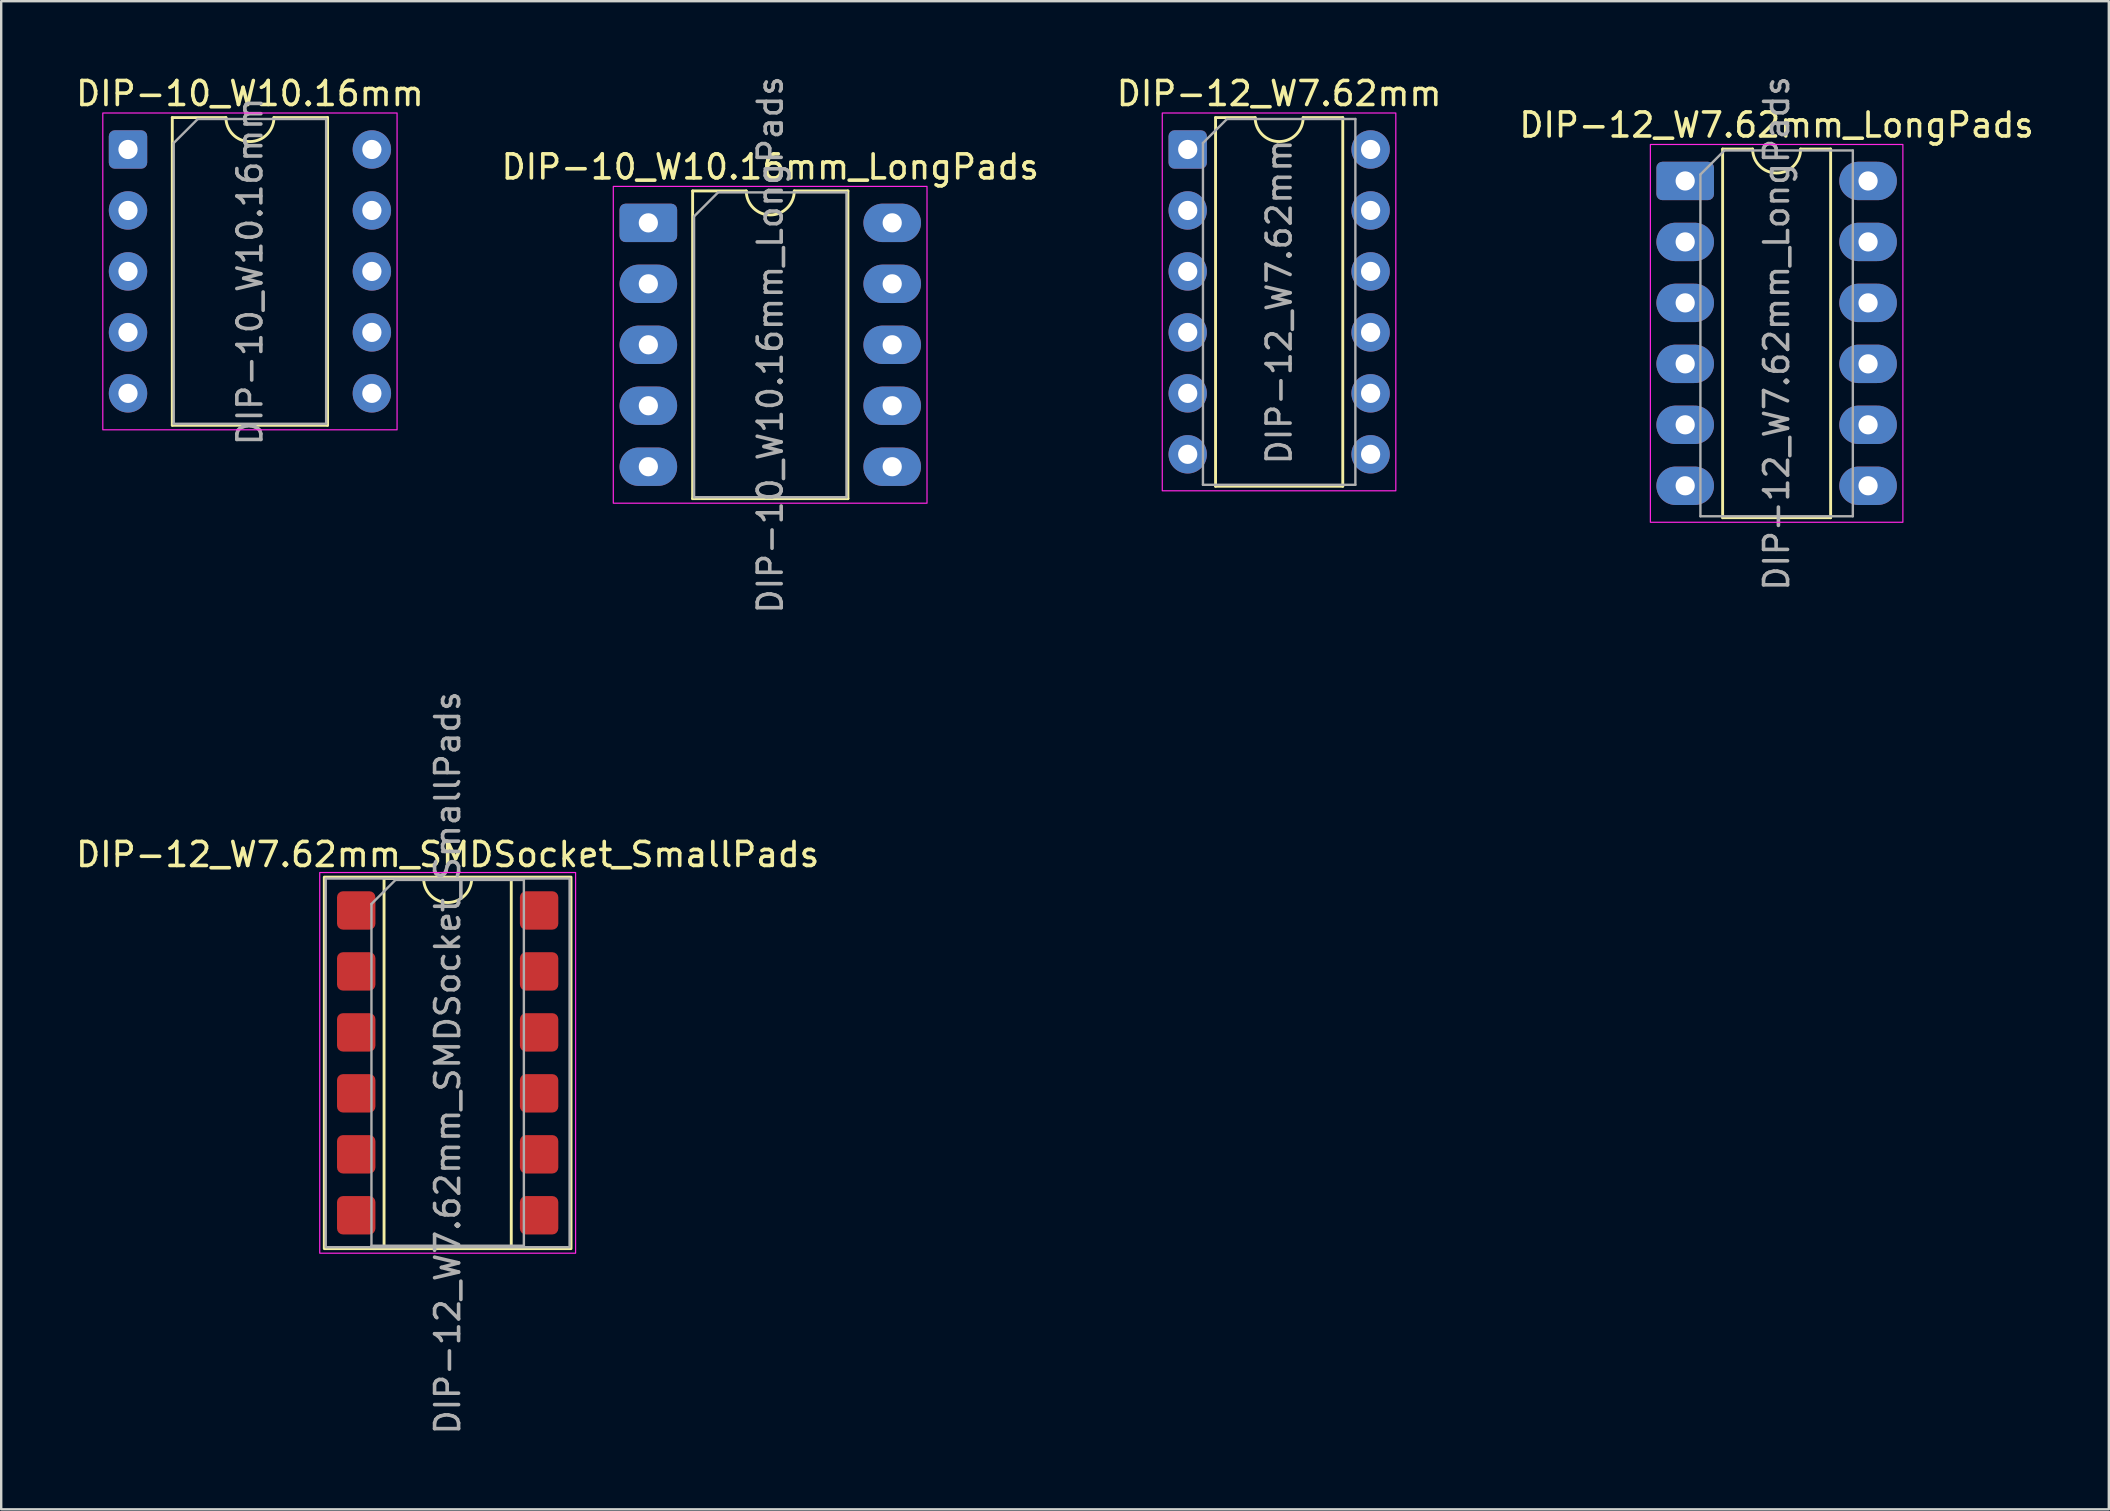
<source format=kicad_pcb>
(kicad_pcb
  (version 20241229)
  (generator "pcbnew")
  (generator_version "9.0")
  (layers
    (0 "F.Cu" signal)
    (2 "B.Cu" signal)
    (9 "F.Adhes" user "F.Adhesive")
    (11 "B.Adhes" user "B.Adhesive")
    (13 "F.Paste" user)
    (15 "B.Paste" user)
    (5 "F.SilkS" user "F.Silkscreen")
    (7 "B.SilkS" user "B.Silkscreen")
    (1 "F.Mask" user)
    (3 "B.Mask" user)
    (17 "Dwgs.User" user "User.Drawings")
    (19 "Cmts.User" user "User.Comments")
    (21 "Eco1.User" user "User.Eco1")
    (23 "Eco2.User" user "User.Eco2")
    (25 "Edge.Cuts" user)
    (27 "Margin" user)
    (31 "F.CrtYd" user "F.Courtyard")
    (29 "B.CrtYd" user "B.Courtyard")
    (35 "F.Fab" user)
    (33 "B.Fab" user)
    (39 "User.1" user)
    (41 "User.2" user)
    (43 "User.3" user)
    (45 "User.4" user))
  (footprint "DIP-12_W7.62mm_LongPads"
    (layer "F.Cu")
    (at 67.16 4.489)
    (property "Reference" "DIP-12_W7.62mm_LongPads" (at 3.81 -2.33 0) (layer "F.SilkS") (effects (font (size 1 1) (thickness 0.15))))
    (attr through_hole)
    (fp_line (start 1.56 -1.33) (end 1.56 14.03) (stroke (width 0.12) (type solid)) (layer "F.SilkS"))
    (fp_line (start 1.56 14.03) (end 6.06 14.03) (stroke (width 0.12) (type solid)) (layer "F.SilkS"))
    (fp_line (start 2.81 -1.33) (end 1.56 -1.33) (stroke (width 0.12) (type solid)) (layer "F.SilkS"))
    (fp_line (start 6.06 -1.33) (end 4.81 -1.33) (stroke (width 0.12) (type solid)) (layer "F.SilkS"))
    (fp_line (start 6.06 14.03) (end 6.06 -1.33) (stroke (width 0.12) (type solid)) (layer "F.SilkS"))
    (fp_arc (start 4.81 -1.33) (mid 3.81 -0.33) (end 2.81 -1.33) (stroke (width 0.12) (type solid)) (layer "F.SilkS"))
    (fp_rect (start -1.45 -1.52) (end 9.07 14.22) (stroke (width 0.05) (type solid)) (fill no) (layer "F.CrtYd"))
    (fp_line (start 0.635 -0.27) (end 1.635 -1.27) (stroke (width 0.1) (type solid)) (layer "F.Fab"))
    (fp_line (start 0.635 13.97) (end 0.635 -0.27) (stroke (width 0.1) (type solid)) (layer "F.Fab"))
    (fp_line (start 1.635 -1.27) (end 6.985 -1.27) (stroke (width 0.1) (type solid)) (layer "F.Fab"))
    (fp_line (start 6.985 -1.27) (end 6.985 13.97) (stroke (width 0.1) (type solid)) (layer "F.Fab"))
    (fp_line (start 6.985 13.97) (end 0.635 13.97) (stroke (width 0.1) (type solid)) (layer "F.Fab"))
    (fp_text user "${REFERENCE}" (at 3.81 6.35 90) (layer "F.Fab") (effects (font (size 1 1) (thickness 0.15))))
    (pad "1" thru_hole roundrect (at 0 0) (size 2.4 1.6) (drill 0.8) (layers "*.Cu" "*.Mask") (roundrect_rratio 0.156))
    (pad "2" thru_hole oval (at 0 2.54) (size 2.4 1.6) (drill 0.8) (layers "*.Cu" "*.Mask"))
    (pad "3" thru_hole oval (at 0 5.08) (size 2.4 1.6) (drill 0.8) (layers "*.Cu" "*.Mask"))
    (pad "4" thru_hole oval (at 0 7.62) (size 2.4 1.6) (drill 0.8) (layers "*.Cu" "*.Mask"))
    (pad "5" thru_hole oval (at 0 10.16) (size 2.4 1.6) (drill 0.8) (layers "*.Cu" "*.Mask"))
    (pad "6" thru_hole oval (at 0 12.7) (size 2.4 1.6) (drill 0.8) (layers "*.Cu" "*.Mask"))
    (pad "7" thru_hole oval (at 7.62 12.7) (size 2.4 1.6) (drill 0.8) (layers "*.Cu" "*.Mask"))
    (pad "8" thru_hole oval (at 7.62 10.16) (size 2.4 1.6) (drill 0.8) (layers "*.Cu" "*.Mask"))
    (pad "9" thru_hole oval (at 7.62 7.62) (size 2.4 1.6) (drill 0.8) (layers "*.Cu" "*.Mask"))
    (pad "10" thru_hole oval (at 7.62 5.08) (size 2.4 1.6) (drill 0.8) (layers "*.Cu" "*.Mask"))
    (pad "11" thru_hole oval (at 7.62 2.54) (size 2.4 1.6) (drill 0.8) (layers "*.Cu" "*.Mask"))
    (pad "12" thru_hole oval (at 7.62 0) (size 2.4 1.6) (drill 0.8) (layers "*.Cu" "*.Mask")))
  (footprint "DIP-10_W10.16mm_LongPads"
    (layer "F.Cu")
    (at 23.962 6.235)
    (property "Reference" "DIP-10_W10.16mm_LongPads" (at 5.08 -2.33 0) (layer "F.SilkS") (effects (font (size 1 1) (thickness 0.15))))
    (attr through_hole)
    (fp_line (start 1.845 -1.33) (end 1.845 11.49) (stroke (width 0.12) (type solid)) (layer "F.SilkS"))
    (fp_line (start 1.845 11.49) (end 8.315 11.49) (stroke (width 0.12) (type solid)) (layer "F.SilkS"))
    (fp_line (start 4.08 -1.33) (end 1.845 -1.33) (stroke (width 0.12) (type solid)) (layer "F.SilkS"))
    (fp_line (start 8.315 -1.33) (end 6.08 -1.33) (stroke (width 0.12) (type solid)) (layer "F.SilkS"))
    (fp_line (start 8.315 11.49) (end 8.315 -1.33) (stroke (width 0.12) (type solid)) (layer "F.SilkS"))
    (fp_arc (start 6.08 -1.33) (mid 5.08 -0.33) (end 4.08 -1.33) (stroke (width 0.12) (type solid)) (layer "F.SilkS"))
    (fp_rect (start -1.46 -1.52) (end 11.61 11.68) (stroke (width 0.05) (type solid)) (fill no) (layer "F.CrtYd"))
    (fp_line (start 1.905 -0.27) (end 2.905 -1.27) (stroke (width 0.1) (type solid)) (layer "F.Fab"))
    (fp_line (start 1.905 11.43) (end 1.905 -0.27) (stroke (width 0.1) (type solid)) (layer "F.Fab"))
    (fp_line (start 2.905 -1.27) (end 8.255 -1.27) (stroke (width 0.1) (type solid)) (layer "F.Fab"))
    (fp_line (start 8.255 -1.27) (end 8.255 11.43) (stroke (width 0.1) (type solid)) (layer "F.Fab"))
    (fp_line (start 8.255 11.43) (end 1.905 11.43) (stroke (width 0.1) (type solid)) (layer "F.Fab"))
    (fp_text user "${REFERENCE}" (at 5.08 5.08 90) (layer "F.Fab") (effects (font (size 1 1) (thickness 0.15))))
    (pad "1" thru_hole roundrect (at 0 0) (size 2.4 1.6) (drill 0.8) (layers "*.Cu" "*.Mask") (roundrect_rratio 0.156))
    (pad "2" thru_hole oval (at 0 2.54) (size 2.4 1.6) (drill 0.8) (layers "*.Cu" "*.Mask"))
    (pad "3" thru_hole oval (at 0 5.08) (size 2.4 1.6) (drill 0.8) (layers "*.Cu" "*.Mask"))
    (pad "4" thru_hole oval (at 0 7.62) (size 2.4 1.6) (drill 0.8) (layers "*.Cu" "*.Mask"))
    (pad "5" thru_hole oval (at 0 10.16) (size 2.4 1.6) (drill 0.8) (layers "*.Cu" "*.Mask"))
    (pad "6" thru_hole oval (at 10.16 10.16) (size 2.4 1.6) (drill 0.8) (layers "*.Cu" "*.Mask"))
    (pad "7" thru_hole oval (at 10.16 7.62) (size 2.4 1.6) (drill 0.8) (layers "*.Cu" "*.Mask"))
    (pad "8" thru_hole oval (at 10.16 5.08) (size 2.4 1.6) (drill 0.8) (layers "*.Cu" "*.Mask"))
    (pad "9" thru_hole oval (at 10.16 2.54) (size 2.4 1.6) (drill 0.8) (layers "*.Cu" "*.Mask"))
    (pad "10" thru_hole oval (at 10.16 0) (size 2.4 1.6) (drill 0.8) (layers "*.Cu" "*.Mask")))
  (footprint "DIP-12_W7.62mm_SMDSocket_SmallPads"
    (layer "F.Cu")
    (at 15.601 41.232)
    (property "Reference" "DIP-12_W7.62mm_SMDSocket_SmallPads" (at 0 -8.68 0) (layer "F.SilkS") (effects (font (size 1 1) (thickness 0.15))))
    (attr smd)
    (fp_line (start -2.65 -7.68) (end -2.65 7.68) (stroke (width 0.12) (type solid)) (layer "F.SilkS"))
    (fp_line (start -2.65 7.68) (end 2.65 7.68) (stroke (width 0.12) (type solid)) (layer "F.SilkS"))
    (fp_line (start -1 -7.68) (end -2.65 -7.68) (stroke (width 0.12) (type solid)) (layer "F.SilkS"))
    (fp_line (start 2.65 -7.68) (end 1 -7.68) (stroke (width 0.12) (type solid)) (layer "F.SilkS"))
    (fp_line (start 2.65 7.68) (end 2.65 -7.68) (stroke (width 0.12) (type solid)) (layer "F.SilkS"))
    (fp_rect (start -5.14 -7.74) (end 5.14 7.74) (stroke (width 0.12) (type solid)) (fill no) (layer "F.SilkS"))
    (fp_arc (start 1 -7.68) (mid 0 -6.68) (end -1 -7.68) (stroke (width 0.12) (type solid)) (layer "F.SilkS"))
    (fp_rect (start -5.33 -7.93) (end 5.33 7.93) (stroke (width 0.05) (type solid)) (fill no) (layer "F.CrtYd"))
    (fp_line (start -3.175 -6.62) (end -2.175 -7.62) (stroke (width 0.1) (type solid)) (layer "F.Fab"))
    (fp_line (start -3.175 7.62) (end -3.175 -6.62) (stroke (width 0.1) (type solid)) (layer "F.Fab"))
    (fp_line (start -2.175 -7.62) (end 3.175 -7.62) (stroke (width 0.1) (type solid)) (layer "F.Fab"))
    (fp_line (start 3.175 -7.62) (end 3.175 7.62) (stroke (width 0.1) (type solid)) (layer "F.Fab"))
    (fp_line (start 3.175 7.62) (end -3.175 7.62) (stroke (width 0.1) (type solid)) (layer "F.Fab"))
    (fp_rect (start -5.08 -7.68) (end 5.08 7.68) (stroke (width 0.1) (type solid)) (fill no) (layer "F.Fab"))
    (fp_text user "${REFERENCE}" (at 0 0 90) (layer "F.Fab") (effects (font (size 1 1) (thickness 0.15))))
    (pad "1" smd roundrect (at -3.81 -6.35) (size 1.6 1.6) (layers "F.Cu" "F.Mask" "F.Paste") (roundrect_rratio 0.156))
    (pad "2" smd roundrect (at -3.81 -3.81) (size 1.6 1.6) (layers "F.Cu" "F.Mask" "F.Paste") (roundrect_rratio 0.156))
    (pad "3" smd roundrect (at -3.81 -1.27) (size 1.6 1.6) (layers "F.Cu" "F.Mask" "F.Paste") (roundrect_rratio 0.156))
    (pad "4" smd roundrect (at -3.81 1.27) (size 1.6 1.6) (layers "F.Cu" "F.Mask" "F.Paste") (roundrect_rratio 0.156))
    (pad "5" smd roundrect (at -3.81 3.81) (size 1.6 1.6) (layers "F.Cu" "F.Mask" "F.Paste") (roundrect_rratio 0.156))
    (pad "6" smd roundrect (at -3.81 6.35) (size 1.6 1.6) (layers "F.Cu" "F.Mask" "F.Paste") (roundrect_rratio 0.156))
    (pad "7" smd roundrect (at 3.81 6.35) (size 1.6 1.6) (layers "F.Cu" "F.Mask" "F.Paste") (roundrect_rratio 0.156))
    (pad "8" smd roundrect (at 3.81 3.81) (size 1.6 1.6) (layers "F.Cu" "F.Mask" "F.Paste") (roundrect_rratio 0.156))
    (pad "9" smd roundrect (at 3.81 1.27) (size 1.6 1.6) (layers "F.Cu" "F.Mask" "F.Paste") (roundrect_rratio 0.156))
    (pad "10" smd roundrect (at 3.81 -1.27) (size 1.6 1.6) (layers "F.Cu" "F.Mask" "F.Paste") (roundrect_rratio 0.156))
    (pad "11" smd roundrect (at 3.81 -3.81) (size 1.6 1.6) (layers "F.Cu" "F.Mask" "F.Paste") (roundrect_rratio 0.156))
    (pad "12" smd roundrect (at 3.81 -6.35) (size 1.6 1.6) (layers "F.Cu" "F.Mask" "F.Paste") (roundrect_rratio 0.156)))
  (footprint "DIP-12_W7.62mm"
    (layer "F.Cu")
    (at 46.434 3.178)
    (property "Reference" "DIP-12_W7.62mm" (at 3.81 -2.33 0) (layer "F.SilkS") (effects (font (size 1 1) (thickness 0.15))))
    (attr through_hole)
    (fp_line (start 1.16 -1.33) (end 1.16 14.03) (stroke (width 0.12) (type solid)) (layer "F.SilkS"))
    (fp_line (start 1.16 14.03) (end 6.46 14.03) (stroke (width 0.12) (type solid)) (layer "F.SilkS"))
    (fp_line (start 2.81 -1.33) (end 1.16 -1.33) (stroke (width 0.12) (type solid)) (layer "F.SilkS"))
    (fp_line (start 6.46 -1.33) (end 4.81 -1.33) (stroke (width 0.12) (type solid)) (layer "F.SilkS"))
    (fp_line (start 6.46 14.03) (end 6.46 -1.33) (stroke (width 0.12) (type solid)) (layer "F.SilkS"))
    (fp_arc (start 4.81 -1.33) (mid 3.81 -0.33) (end 2.81 -1.33) (stroke (width 0.12) (type solid)) (layer "F.SilkS"))
    (fp_rect (start -1.06 -1.52) (end 8.67 14.22) (stroke (width 0.05) (type solid)) (fill no) (layer "F.CrtYd"))
    (fp_line (start 0.635 -0.27) (end 1.635 -1.27) (stroke (width 0.1) (type solid)) (layer "F.Fab"))
    (fp_line (start 0.635 13.97) (end 0.635 -0.27) (stroke (width 0.1) (type solid)) (layer "F.Fab"))
    (fp_line (start 1.635 -1.27) (end 6.985 -1.27) (stroke (width 0.1) (type solid)) (layer "F.Fab"))
    (fp_line (start 6.985 -1.27) (end 6.985 13.97) (stroke (width 0.1) (type solid)) (layer "F.Fab"))
    (fp_line (start 6.985 13.97) (end 0.635 13.97) (stroke (width 0.1) (type solid)) (layer "F.Fab"))
    (fp_text user "${REFERENCE}" (at 3.81 6.35 90) (layer "F.Fab") (effects (font (size 1 1) (thickness 0.15))))
    (pad "1" thru_hole roundrect (at 0 0) (size 1.6 1.6) (drill 0.8) (layers "*.Cu" "*.Mask") (roundrect_rratio 0.156))
    (pad "2" thru_hole circle (at 0 2.54) (size 1.6 1.6) (drill 0.8) (layers "*.Cu" "*.Mask"))
    (pad "3" thru_hole circle (at 0 5.08) (size 1.6 1.6) (drill 0.8) (layers "*.Cu" "*.Mask"))
    (pad "4" thru_hole circle (at 0 7.62) (size 1.6 1.6) (drill 0.8) (layers "*.Cu" "*.Mask"))
    (pad "5" thru_hole circle (at 0 10.16) (size 1.6 1.6) (drill 0.8) (layers "*.Cu" "*.Mask"))
    (pad "6" thru_hole circle (at 0 12.7) (size 1.6 1.6) (drill 0.8) (layers "*.Cu" "*.Mask"))
    (pad "7" thru_hole circle (at 7.62 12.7) (size 1.6 1.6) (drill 0.8) (layers "*.Cu" "*.Mask"))
    (pad "8" thru_hole circle (at 7.62 10.16) (size 1.6 1.6) (drill 0.8) (layers "*.Cu" "*.Mask"))
    (pad "9" thru_hole circle (at 7.62 7.62) (size 1.6 1.6) (drill 0.8) (layers "*.Cu" "*.Mask"))
    (pad "10" thru_hole circle (at 7.62 5.08) (size 1.6 1.6) (drill 0.8) (layers "*.Cu" "*.Mask"))
    (pad "11" thru_hole circle (at 7.62 2.54) (size 1.6 1.6) (drill 0.8) (layers "*.Cu" "*.Mask"))
    (pad "12" thru_hole circle (at 7.62 0) (size 1.6 1.6) (drill 0.8) (layers "*.Cu" "*.Mask")))
  (footprint "DIP-10_W10.16mm"
    (layer "F.Cu")
    (at 2.283 3.178)
    (property "Reference" "DIP-10_W10.16mm" (at 5.08 -2.33 0) (layer "F.SilkS") (effects (font (size 1 1) (thickness 0.15))))
    (attr through_hole)
    (fp_line (start 1.845 -1.33) (end 1.845 11.49) (stroke (width 0.12) (type solid)) (layer "F.SilkS"))
    (fp_line (start 1.845 11.49) (end 8.315 11.49) (stroke (width 0.12) (type solid)) (layer "F.SilkS"))
    (fp_line (start 4.08 -1.33) (end 1.845 -1.33) (stroke (width 0.12) (type solid)) (layer "F.SilkS"))
    (fp_line (start 8.315 -1.33) (end 6.08 -1.33) (stroke (width 0.12) (type solid)) (layer "F.SilkS"))
    (fp_line (start 8.315 11.49) (end 8.315 -1.33) (stroke (width 0.12) (type solid)) (layer "F.SilkS"))
    (fp_arc (start 6.08 -1.33) (mid 5.08 -0.33) (end 4.08 -1.33) (stroke (width 0.12) (type solid)) (layer "F.SilkS"))
    (fp_rect (start -1.05 -1.52) (end 11.21 11.68) (stroke (width 0.05) (type solid)) (fill no) (layer "F.CrtYd"))
    (fp_line (start 1.905 -0.27) (end 2.905 -1.27) (stroke (width 0.1) (type solid)) (layer "F.Fab"))
    (fp_line (start 1.905 11.43) (end 1.905 -0.27) (stroke (width 0.1) (type solid)) (layer "F.Fab"))
    (fp_line (start 2.905 -1.27) (end 8.255 -1.27) (stroke (width 0.1) (type solid)) (layer "F.Fab"))
    (fp_line (start 8.255 -1.27) (end 8.255 11.43) (stroke (width 0.1) (type solid)) (layer "F.Fab"))
    (fp_line (start 8.255 11.43) (end 1.905 11.43) (stroke (width 0.1) (type solid)) (layer "F.Fab"))
    (fp_text user "${REFERENCE}" (at 5.08 5.08 90) (layer "F.Fab") (effects (font (size 1 1) (thickness 0.15))))
    (pad "1" thru_hole roundrect (at 0 0) (size 1.6 1.6) (drill 0.8) (layers "*.Cu" "*.Mask") (roundrect_rratio 0.156))
    (pad "2" thru_hole circle (at 0 2.54) (size 1.6 1.6) (drill 0.8) (layers "*.Cu" "*.Mask"))
    (pad "3" thru_hole circle (at 0 5.08) (size 1.6 1.6) (drill 0.8) (layers "*.Cu" "*.Mask"))
    (pad "4" thru_hole circle (at 0 7.62) (size 1.6 1.6) (drill 0.8) (layers "*.Cu" "*.Mask"))
    (pad "5" thru_hole circle (at 0 10.16) (size 1.6 1.6) (drill 0.8) (layers "*.Cu" "*.Mask"))
    (pad "6" thru_hole circle (at 10.16 10.16) (size 1.6 1.6) (drill 0.8) (layers "*.Cu" "*.Mask"))
    (pad "7" thru_hole circle (at 10.16 7.62) (size 1.6 1.6) (drill 0.8) (layers "*.Cu" "*.Mask"))
    (pad "8" thru_hole circle (at 10.16 5.08) (size 1.6 1.6) (drill 0.8) (layers "*.Cu" "*.Mask"))
    (pad "9" thru_hole circle (at 10.16 2.54) (size 1.6 1.6) (drill 0.8) (layers "*.Cu" "*.Mask"))
    (pad "10" thru_hole circle (at 10.16 0) (size 1.6 1.6) (drill 0.8) (layers "*.Cu" "*.Mask")))
  (gr_rect
    (start -3 -3)
    (end 84.81 59.833)
    (stroke (width 0.1) (type default))
    (fill no)
    (layer "Edge.Cuts")))
</source>
